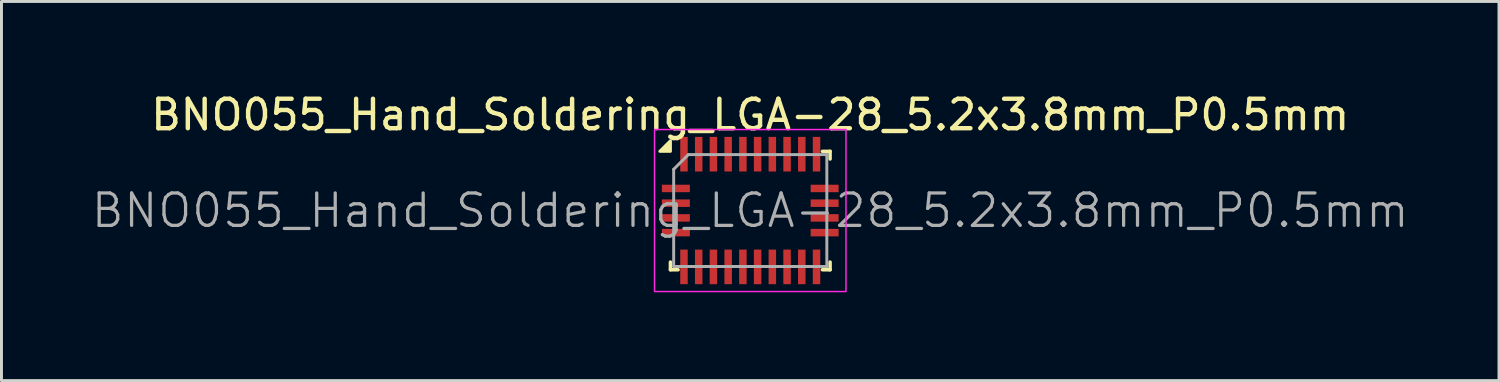
<source format=kicad_pcb>
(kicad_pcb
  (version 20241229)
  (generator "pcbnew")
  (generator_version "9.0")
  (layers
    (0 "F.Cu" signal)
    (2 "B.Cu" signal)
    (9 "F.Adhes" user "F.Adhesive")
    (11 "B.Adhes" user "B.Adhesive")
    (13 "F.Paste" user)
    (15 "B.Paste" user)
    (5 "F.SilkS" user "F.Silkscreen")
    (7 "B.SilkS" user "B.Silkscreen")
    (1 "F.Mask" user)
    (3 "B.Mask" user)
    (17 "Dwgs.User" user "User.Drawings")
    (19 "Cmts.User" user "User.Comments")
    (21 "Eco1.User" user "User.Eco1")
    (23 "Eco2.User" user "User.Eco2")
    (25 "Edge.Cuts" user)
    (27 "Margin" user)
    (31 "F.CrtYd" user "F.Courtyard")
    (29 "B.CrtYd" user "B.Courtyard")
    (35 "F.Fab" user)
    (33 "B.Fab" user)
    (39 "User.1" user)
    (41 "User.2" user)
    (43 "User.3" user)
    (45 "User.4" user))
  (footprint "BNO055_Hand_Soldering_LGA-28_5.2x3.8mm_P0.5mm"
    (layer "F.Cu")
    (at 22.422 4.098)
    (property "Reference" "BNO055_Hand_Soldering_LGA-28_5.2x3.8mm_P0.5mm" (at 0 -3.25 0) (layer "F.SilkS") (effects (font (size 1 1) (thickness 0.15))))
    (attr smd)
    (fp_line (start -2.71 2.01) (end -2.71 1.75) (stroke (width 0.12) (type solid)) (layer "F.SilkS"))
    (fp_line (start -2.71 2.01) (end -2.45 2.01) (stroke (width 0.12) (type solid)) (layer "F.SilkS"))
    (fp_line (start 2.71 -2.01) (end 2.45 -2.01) (stroke (width 0.12) (type solid)) (layer "F.SilkS"))
    (fp_line (start 2.71 -2.01) (end 2.71 -1.75) (stroke (width 0.12) (type solid)) (layer "F.SilkS"))
    (fp_line (start 2.71 2.01) (end 2.45 2.01) (stroke (width 0.12) (type solid)) (layer "F.SilkS"))
    (fp_line (start 2.71 2.01) (end 2.71 1.75) (stroke (width 0.12) (type solid)) (layer "F.SilkS"))
    (fp_poly (pts (xy -2.71 -2.01) (xy -3.07 -2.01) (xy -2.71 -2.37) (xy -2.71 -2.01)) (stroke (width 0.1) (type solid)) (fill yes) (layer "F.SilkS"))
    (fp_rect (start -3.25 -2.75) (end 3.25 2.75) (stroke (width 0.05) (type default)) (fill no) (layer "F.CrtYd"))
    (fp_line (start -2.6 -1.4) (end -2.6 1.9) (stroke (width 0.1) (type solid)) (layer "F.Fab"))
    (fp_line (start -2.6 -1.4) (end -2.1 -1.9) (stroke (width 0.1) (type solid)) (layer "F.Fab"))
    (fp_line (start -2.6 1.9) (end 2.6 1.9) (stroke (width 0.1) (type solid)) (layer "F.Fab"))
    (fp_line (start 2.6 -1.9) (end -2.1 -1.9) (stroke (width 0.1) (type solid)) (layer "F.Fab"))
    (fp_line (start 2.6 1.9) (end 2.6 -1.9) (stroke (width 0.1) (type solid)) (layer "F.Fab"))
    (fp_text user "${REFERENCE}" (at 0 0 0) (layer "F.Fab") (effects (font (size 1.1 1.1) (thickness 0.11))))
    (pad "1" smd rect (at -2.25 -1.913) (size 0.254 1.175) (layers "F.Cu" "F.Mask" "F.Paste"))
    (pad "2" smd rect (at -2.525 -0.75 90) (size 0.254 0.95) (layers "F.Cu" "F.Mask" "F.Paste"))
    (pad "3" smd rect (at -2.525 -0.25 90) (size 0.254 0.95) (layers "F.Cu" "F.Mask" "F.Paste"))
    (pad "4" smd rect (at -2.525 0.25 90) (size 0.254 0.95) (layers "F.Cu" "F.Mask" "F.Paste"))
    (pad "5" smd rect (at -2.525 0.75 90) (size 0.254 0.95) (layers "F.Cu" "F.Mask" "F.Paste"))
    (pad "6" smd rect (at -2.25 1.913) (size 0.254 1.175) (layers "F.Cu" "F.Mask" "F.Paste"))
    (pad "7" smd rect (at -1.75 1.913) (size 0.254 1.175) (layers "F.Cu" "F.Mask" "F.Paste"))
    (pad "8" smd rect (at -1.25 1.913) (size 0.254 1.175) (layers "F.Cu" "F.Mask" "F.Paste"))
    (pad "9" smd rect (at -0.75 1.913) (size 0.254 1.175) (layers "F.Cu" "F.Mask" "F.Paste"))
    (pad "10" smd rect (at -0.25 1.913) (size 0.254 1.175) (layers "F.Cu" "F.Mask" "F.Paste"))
    (pad "11" smd rect (at 0.25 1.913) (size 0.254 1.175) (layers "F.Cu" "F.Mask" "F.Paste"))
    (pad "12" smd rect (at 0.75 1.913) (size 0.254 1.175) (layers "F.Cu" "F.Mask" "F.Paste"))
    (pad "13" smd rect (at 1.25 1.913) (size 0.254 1.175) (layers "F.Cu" "F.Mask" "F.Paste"))
    (pad "14" smd rect (at 1.75 1.913) (size 0.254 1.175) (layers "F.Cu" "F.Mask" "F.Paste"))
    (pad "15" smd rect (at 2.25 1.913) (size 0.254 1.175) (layers "F.Cu" "F.Mask" "F.Paste"))
    (pad "16" smd rect (at 2.525 0.75 90) (size 0.254 0.95) (layers "F.Cu" "F.Mask" "F.Paste"))
    (pad "17" smd rect (at 2.525 0.25 90) (size 0.254 0.95) (layers "F.Cu" "F.Mask" "F.Paste"))
    (pad "18" smd rect (at 2.525 -0.25 90) (size 0.254 0.95) (layers "F.Cu" "F.Mask" "F.Paste"))
    (pad "19" smd rect (at 2.525 -0.75 90) (size 0.254 0.95) (layers "F.Cu" "F.Mask" "F.Paste"))
    (pad "20" smd rect (at 2.25 -1.913) (size 0.254 1.175) (layers "F.Cu" "F.Mask" "F.Paste"))
    (pad "21" smd rect (at 1.75 -1.913) (size 0.254 1.175) (layers "F.Cu" "F.Mask" "F.Paste"))
    (pad "22" smd rect (at 1.25 -1.913) (size 0.254 1.175) (layers "F.Cu" "F.Mask" "F.Paste"))
    (pad "23" smd rect (at 0.75 -1.913) (size 0.254 1.175) (layers "F.Cu" "F.Mask" "F.Paste"))
    (pad "24" smd rect (at 0.25 -1.913) (size 0.254 1.175) (layers "F.Cu" "F.Mask" "F.Paste"))
    (pad "25" smd rect (at -0.25 -1.913) (size 0.254 1.175) (layers "F.Cu" "F.Mask" "F.Paste"))
    (pad "26" smd rect (at -0.75 -1.913) (size 0.254 1.175) (layers "F.Cu" "F.Mask" "F.Paste"))
    (pad "27" smd rect (at -1.25 -1.913) (size 0.254 1.175) (layers "F.Cu" "F.Mask" "F.Paste"))
    (pad "28" smd rect (at -1.75 -1.913) (size 0.254 1.175) (layers "F.Cu" "F.Mask" "F.Paste")))
  (gr_rect
    (start -3 -3)
    (end 47.843 9.873)
    (stroke (width 0.1) (type default))
    (fill no)
    (layer "Edge.Cuts")))
</source>
